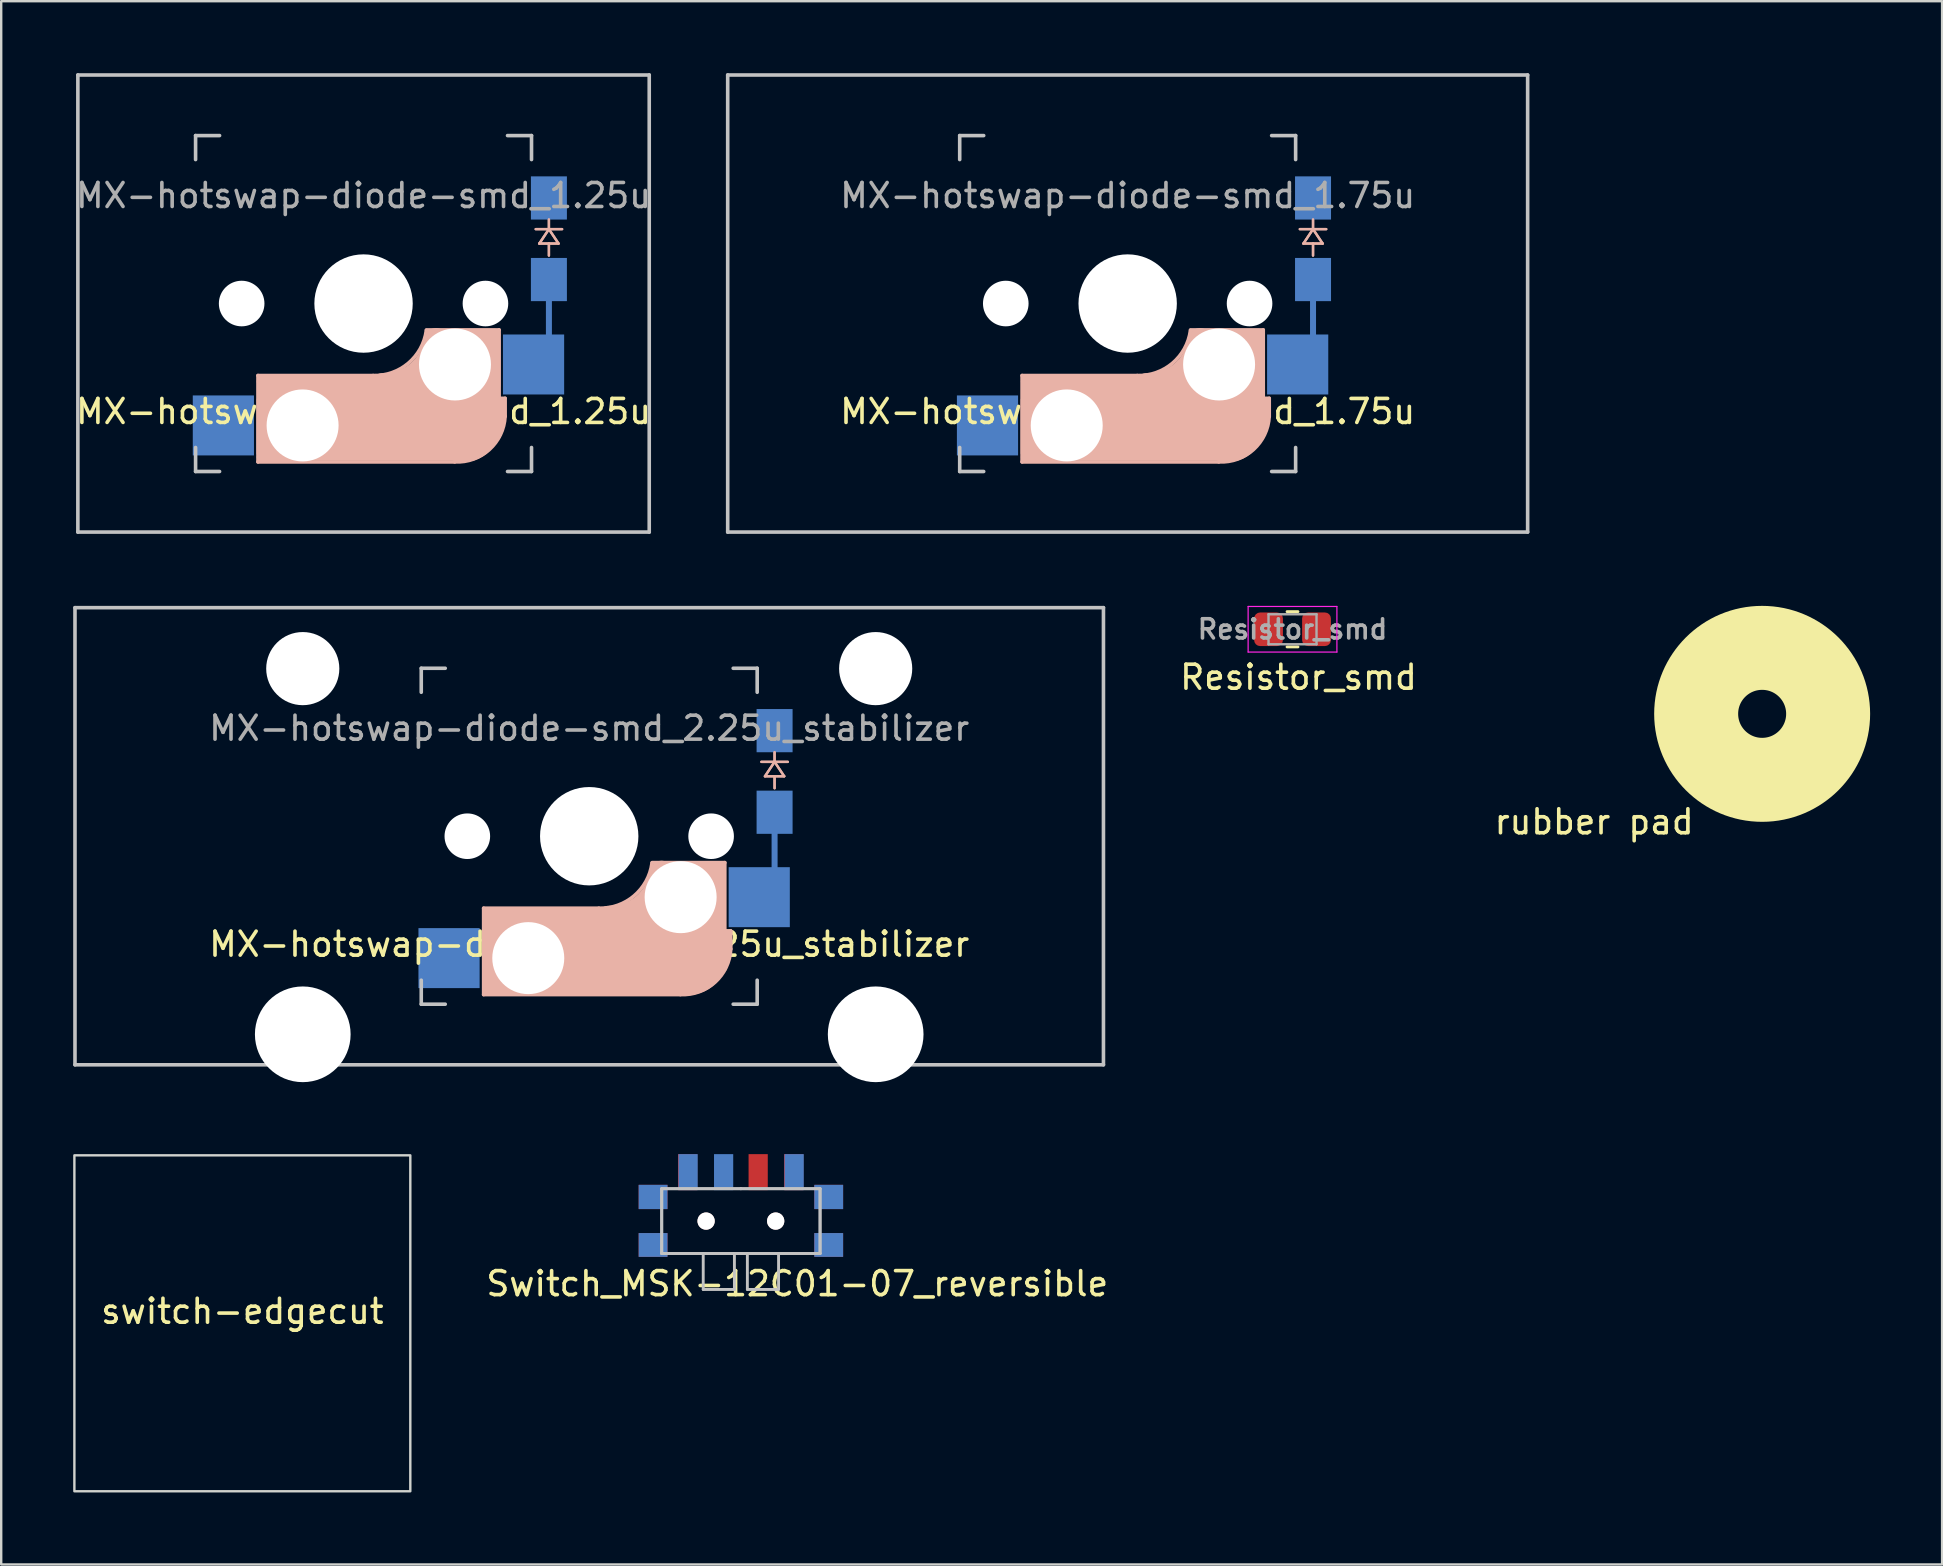
<source format=kicad_pcb>
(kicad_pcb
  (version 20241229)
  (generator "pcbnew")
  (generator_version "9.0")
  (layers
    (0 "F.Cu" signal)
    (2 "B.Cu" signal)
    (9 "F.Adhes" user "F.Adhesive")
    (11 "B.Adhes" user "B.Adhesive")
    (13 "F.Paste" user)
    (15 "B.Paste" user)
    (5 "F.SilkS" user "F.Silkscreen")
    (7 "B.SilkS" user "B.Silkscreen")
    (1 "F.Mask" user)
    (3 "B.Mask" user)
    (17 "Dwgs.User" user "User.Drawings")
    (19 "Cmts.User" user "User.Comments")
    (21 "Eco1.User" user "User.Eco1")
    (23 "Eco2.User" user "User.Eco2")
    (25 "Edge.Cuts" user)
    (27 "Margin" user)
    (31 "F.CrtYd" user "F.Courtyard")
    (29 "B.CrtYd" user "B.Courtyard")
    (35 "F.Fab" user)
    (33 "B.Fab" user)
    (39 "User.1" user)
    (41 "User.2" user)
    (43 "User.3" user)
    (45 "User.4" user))
  (footprint "MX-hotswap-diode-smd_1.75u"
    (layer "F.Cu")
    (at 43.946 9.6)
    (property "Reference" "MX-hotswap-diode-smd_1.75u" (at 0 4.5 0) (unlocked yes) (layer "F.SilkS") (effects (font (size 1 1) (thickness 0.15))))
    (attr smd)
    (fp_line (start -4.4 3) (end -4.4 6.6) (stroke (width 0.15) (type solid)) (layer "B.SilkS"))
    (fp_line (start -4.4 6.6) (end 3.8 6.6) (stroke (width 0.15) (type solid)) (layer "B.SilkS"))
    (fp_line (start -4.38 4) (end -4.38 6.25) (stroke (width 0.15) (type solid)) (layer "B.SilkS"))
    (fp_line (start -4.25 6.4) (end -3 6.4) (stroke (width 0.4) (type solid)) (layer "B.SilkS"))
    (fp_line (start -4.2 3.25) (end -2.9 3.3) (stroke (width 0.5) (type solid)) (layer "B.SilkS"))
    (fp_line (start -3.9 6) (end -3.9 3.5) (stroke (width 1) (type solid)) (layer "B.SilkS"))
    (fp_line (start -2.6 4.8) (end 4.1 4.8) (stroke (width 3.5) (type solid)) (layer "B.SilkS"))
    (fp_line (start 0.4 3) (end -4.4 3) (stroke (width 0.15) (type solid)) (layer "B.SilkS"))
    (fp_line (start 4.17 5.1) (end 4.17 2.86) (stroke (width 3) (type solid)) (layer "B.SilkS"))
    (fp_line (start 5.3 1.6) (end 5.3 3.4) (stroke (width 0.8) (type solid)) (layer "B.SilkS"))
    (fp_line (start 5.45 1.3) (end 3 1.3) (stroke (width 0.5) (type solid)) (layer "B.SilkS"))
    (fp_line (start 5.65 1.1) (end 2.62 1.1) (stroke (width 0.15) (type solid)) (layer "B.SilkS"))
    (fp_line (start 5.65 5.55) (end 5.65 1.1) (stroke (width 0.15) (type solid)) (layer "B.SilkS"))
    (fp_line (start 5.8 4.05) (end 5.8 4.7) (stroke (width 0.3) (type solid)) (layer "B.SilkS"))
    (fp_line (start 5.9 3.95) (end 5.7 3.95) (stroke (width 0.15) (type solid)) (layer "B.SilkS"))
    (fp_line (start 5.9 4.7) (end 5.9 3.95) (stroke (width 0.15) (type solid)) (layer "B.SilkS"))
    (fp_line (start 7.325 -2.5) (end 7.725 -3.1) (stroke (width 0.1) (type solid)) (layer "B.SilkS"))
    (fp_line (start 7.325 -2.5) (end 7.725 -3.1) (stroke (width 0.1) (type solid)) (layer "B.SilkS"))
    (fp_line (start 7.725 -3.5) (end 7.725 -3.1) (stroke (width 0.1) (type solid)) (layer "B.SilkS"))
    (fp_line (start 7.725 -3.5) (end 7.725 -3.1) (stroke (width 0.1) (type solid)) (layer "B.SilkS"))
    (fp_line (start 7.725 -3.1) (end 7.175 -3.1) (stroke (width 0.1) (type solid)) (layer "B.SilkS"))
    (fp_line (start 7.725 -3.1) (end 7.175 -3.1) (stroke (width 0.1) (type solid)) (layer "B.SilkS"))
    (fp_line (start 7.725 -3.1) (end 8.125 -2.5) (stroke (width 0.1) (type solid)) (layer "B.SilkS"))
    (fp_line (start 7.725 -3.1) (end 8.125 -2.5) (stroke (width 0.1) (type solid)) (layer "B.SilkS"))
    (fp_line (start 7.725 -3.1) (end 8.275 -3.1) (stroke (width 0.1) (type solid)) (layer "B.SilkS"))
    (fp_line (start 7.725 -3.1) (end 8.275 -3.1) (stroke (width 0.1) (type solid)) (layer "B.SilkS"))
    (fp_line (start 7.725 -2.5) (end 7.725 -2) (stroke (width 0.1) (type solid)) (layer "B.SilkS"))
    (fp_line (start 7.725 -2.5) (end 7.725 -2) (stroke (width 0.1) (type solid)) (layer "B.SilkS"))
    (fp_line (start 8.125 -2.5) (end 7.325 -2.5) (stroke (width 0.1) (type solid)) (layer "B.SilkS"))
    (fp_line (start 8.125 -2.5) (end 7.325 -2.5) (stroke (width 0.1) (type solid)) (layer "B.SilkS"))
    (fp_arc (start 2.616318 1.121471) (mid 1.868709 2.486118) (end 0.4 3) (stroke (width 0.15) (type solid)) (layer "B.SilkS"))
    (fp_arc (start 3.016318 1.521471) (mid 2.268709 2.886118) (end 0.8 3.4) (stroke (width 1) (type solid)) (layer "B.SilkS"))
    (fp_arc (start 5.9 4.699999) (mid 5.243504 6.084924) (end 3.800001 6.6) (stroke (width 0.15) (type solid)) (layer "B.SilkS"))
    (fp_line (start -16.669 -9.525) (end 16.669 -9.525) (stroke (width 0.15) (type solid)) (layer "Dwgs.User"))
    (fp_line (start -16.669 9.525) (end -16.669 -9.525) (stroke (width 0.15) (type solid)) (layer "Dwgs.User"))
    (fp_line (start -7 -7) (end -7 -6) (stroke (width 0.15) (type solid)) (layer "Dwgs.User"))
    (fp_line (start -7 7) (end -7 6) (stroke (width 0.15) (type solid)) (layer "Dwgs.User"))
    (fp_line (start -7 7) (end -6 7) (stroke (width 0.15) (type solid)) (layer "Dwgs.User"))
    (fp_line (start -6 -7) (end -7 -7) (stroke (width 0.15) (type solid)) (layer "Dwgs.User"))
    (fp_line (start 7 -7) (end 6 -7) (stroke (width 0.15) (type solid)) (layer "Dwgs.User"))
    (fp_line (start 7 -6) (end 7 -7) (stroke (width 0.15) (type solid)) (layer "Dwgs.User"))
    (fp_line (start 7 6) (end 7 7) (stroke (width 0.15) (type solid)) (layer "Dwgs.User"))
    (fp_line (start 7 7) (end 6 7) (stroke (width 0.15) (type solid)) (layer "Dwgs.User"))
    (fp_line (start 16.669 -9.525) (end 16.669 9.525) (stroke (width 0.15) (type solid)) (layer "Dwgs.User"))
    (fp_line (start 16.669 9.525) (end -16.669 9.525) (stroke (width 0.15) (type solid)) (layer "Dwgs.User"))
    (fp_text user "${REFERENCE}" (at 0 -4.5 0) (unlocked yes) (layer "F.Fab") (effects (font (size 1 1) (thickness 0.15))))
    (pad "" np_thru_hole circle (at -5.08 0 180) (size 1.9 1.9) (drill 1.9) (layers "*.Cu" "*.Mask"))
    (pad "" np_thru_hole circle (at -2.54 5.08 180) (size 3 3) (drill 3) (layers "*.Cu" "*.Mask"))
    (pad "" np_thru_hole circle (at 0 0 270) (size 4.1 4.1) (drill 4.1) (layers "*.Cu" "*.Mask"))
    (pad "" np_thru_hole circle (at 3.81 2.54 180) (size 3 3) (drill 3) (layers "*.Cu" "*.Mask"))
    (pad "" np_thru_hole circle (at 5.08 0 180) (size 1.9 1.9) (drill 1.9) (layers "*.Cu" "*.Mask"))
    (pad "1" smd rect (at -5.842 5.08) (size 2.55 2.5) (layers "B.Cu" "B.Mask" "B.Paste"))
    (pad "2" smd rect (at 7.725 -4.4 270) (size 1.8 1.5) (layers "B.Cu" "B.Mask" "B.Paste"))
    (pad "3" smd rect (at 7.085 2.54) (size 2.55 2.5) (layers "B.Cu" "B.Mask" "B.Paste"))
    (pad "3" smd rect (at 7.725 -1 270) (size 1.8 1.5) (layers "B.Cu" "B.Mask" "B.Paste"))
    (pad "3" smd rect (at 7.725 0.6 180) (size 0.25 1.8) (layers "B.Cu")))
  (footprint "Resistor_smd"
    (layer "F.Cu")
    (at 50.816 23.175)
    (property "Reference" "Resistor_smd" (at 0.25 2 0) (unlocked yes) (layer "F.SilkS") (effects (font (size 1 1) (thickness 0.15))))
    (attr smd)
    (fp_line (start -0.227 -0.735) (end 0.227 -0.735) (stroke (width 0.12) (type solid)) (layer "F.SilkS"))
    (fp_line (start -0.227 0.735) (end 0.227 0.735) (stroke (width 0.12) (type solid)) (layer "F.SilkS"))
    (fp_line (start -1.85 -0.95) (end 1.85 -0.95) (stroke (width 0.05) (type solid)) (layer "F.CrtYd"))
    (fp_line (start -1.85 0.95) (end -1.85 -0.95) (stroke (width 0.05) (type solid)) (layer "F.CrtYd"))
    (fp_line (start 1.85 -0.95) (end 1.85 0.95) (stroke (width 0.05) (type solid)) (layer "F.CrtYd"))
    (fp_line (start 1.85 0.95) (end -1.85 0.95) (stroke (width 0.05) (type solid)) (layer "F.CrtYd"))
    (fp_line (start -1 -0.625) (end 1 -0.625) (stroke (width 0.1) (type solid)) (layer "F.Fab"))
    (fp_line (start -1 0.625) (end -1 -0.625) (stroke (width 0.1) (type solid)) (layer "F.Fab"))
    (fp_line (start 1 -0.625) (end 1 0.625) (stroke (width 0.1) (type solid)) (layer "F.Fab"))
    (fp_line (start 1 0.625) (end -1 0.625) (stroke (width 0.1) (type solid)) (layer "F.Fab"))
    (fp_text user "${REFERENCE}" (at 0 0 0) (unlocked yes) (layer "F.Fab") (effects (font (size 0.8 0.8) (thickness 0.15))))
    (pad "1" smd roundrect (at -1 0) (size 1.2 1.4) (layers "F.Cu" "F.Mask" "F.Paste") (roundrect_rratio 0.208))
    (pad "2" smd roundrect (at 1 0) (size 1.2 1.4) (layers "F.Cu" "F.Mask" "F.Paste") (roundrect_rratio 0.208)))
  (footprint "MX-hotswap-diode-smd_2.25u_stabilizer"
    (layer "F.Cu")
    (at 21.506 31.8)
    (property "Reference" "MX-hotswap-diode-smd_2.25u_stabilizer" (at 0 4.5 0) (unlocked yes) (layer "F.SilkS") (effects (font (size 1 1) (thickness 0.15))))
    (attr smd)
    (fp_line (start -4.4 3) (end -4.4 6.6) (stroke (width 0.15) (type solid)) (layer "B.SilkS"))
    (fp_line (start -4.4 6.6) (end 3.8 6.6) (stroke (width 0.15) (type solid)) (layer "B.SilkS"))
    (fp_line (start -4.38 4) (end -4.38 6.25) (stroke (width 0.15) (type solid)) (layer "B.SilkS"))
    (fp_line (start -4.25 6.4) (end -3 6.4) (stroke (width 0.4) (type solid)) (layer "B.SilkS"))
    (fp_line (start -4.2 3.25) (end -2.9 3.3) (stroke (width 0.5) (type solid)) (layer "B.SilkS"))
    (fp_line (start -3.9 6) (end -3.9 3.5) (stroke (width 1) (type solid)) (layer "B.SilkS"))
    (fp_line (start -2.6 4.8) (end 4.1 4.8) (stroke (width 3.5) (type solid)) (layer "B.SilkS"))
    (fp_line (start 0.4 3) (end -4.4 3) (stroke (width 0.15) (type solid)) (layer "B.SilkS"))
    (fp_line (start 4.17 5.1) (end 4.17 2.86) (stroke (width 3) (type solid)) (layer "B.SilkS"))
    (fp_line (start 5.3 1.6) (end 5.3 3.4) (stroke (width 0.8) (type solid)) (layer "B.SilkS"))
    (fp_line (start 5.45 1.3) (end 3 1.3) (stroke (width 0.5) (type solid)) (layer "B.SilkS"))
    (fp_line (start 5.65 1.1) (end 2.62 1.1) (stroke (width 0.15) (type solid)) (layer "B.SilkS"))
    (fp_line (start 5.65 5.55) (end 5.65 1.1) (stroke (width 0.15) (type solid)) (layer "B.SilkS"))
    (fp_line (start 5.8 4.05) (end 5.8 4.7) (stroke (width 0.3) (type solid)) (layer "B.SilkS"))
    (fp_line (start 5.9 3.95) (end 5.7 3.95) (stroke (width 0.15) (type solid)) (layer "B.SilkS"))
    (fp_line (start 5.9 4.7) (end 5.9 3.95) (stroke (width 0.15) (type solid)) (layer "B.SilkS"))
    (fp_line (start 7.325 -2.5) (end 7.725 -3.1) (stroke (width 0.1) (type solid)) (layer "B.SilkS"))
    (fp_line (start 7.325 -2.5) (end 7.725 -3.1) (stroke (width 0.1) (type solid)) (layer "B.SilkS"))
    (fp_line (start 7.725 -3.5) (end 7.725 -3.1) (stroke (width 0.1) (type solid)) (layer "B.SilkS"))
    (fp_line (start 7.725 -3.5) (end 7.725 -3.1) (stroke (width 0.1) (type solid)) (layer "B.SilkS"))
    (fp_line (start 7.725 -3.1) (end 7.175 -3.1) (stroke (width 0.1) (type solid)) (layer "B.SilkS"))
    (fp_line (start 7.725 -3.1) (end 7.175 -3.1) (stroke (width 0.1) (type solid)) (layer "B.SilkS"))
    (fp_line (start 7.725 -3.1) (end 8.125 -2.5) (stroke (width 0.1) (type solid)) (layer "B.SilkS"))
    (fp_line (start 7.725 -3.1) (end 8.125 -2.5) (stroke (width 0.1) (type solid)) (layer "B.SilkS"))
    (fp_line (start 7.725 -3.1) (end 8.275 -3.1) (stroke (width 0.1) (type solid)) (layer "B.SilkS"))
    (fp_line (start 7.725 -3.1) (end 8.275 -3.1) (stroke (width 0.1) (type solid)) (layer "B.SilkS"))
    (fp_line (start 7.725 -2.5) (end 7.725 -2) (stroke (width 0.1) (type solid)) (layer "B.SilkS"))
    (fp_line (start 7.725 -2.5) (end 7.725 -2) (stroke (width 0.1) (type solid)) (layer "B.SilkS"))
    (fp_line (start 8.125 -2.5) (end 7.325 -2.5) (stroke (width 0.1) (type solid)) (layer "B.SilkS"))
    (fp_line (start 8.125 -2.5) (end 7.325 -2.5) (stroke (width 0.1) (type solid)) (layer "B.SilkS"))
    (fp_arc (start 2.616318 1.121471) (mid 1.868709 2.486118) (end 0.4 3) (stroke (width 0.15) (type solid)) (layer "B.SilkS"))
    (fp_arc (start 3.016318 1.521471) (mid 2.268709 2.886118) (end 0.8 3.4) (stroke (width 1) (type solid)) (layer "B.SilkS"))
    (fp_arc (start 5.9 4.699999) (mid 5.243504 6.084924) (end 3.800001 6.6) (stroke (width 0.15) (type solid)) (layer "B.SilkS"))
    (fp_line (start -21.431 -9.525) (end 21.431 -9.525) (stroke (width 0.15) (type solid)) (layer "Dwgs.User"))
    (fp_line (start -21.431 9.525) (end -21.431 -9.525) (stroke (width 0.15) (type solid)) (layer "Dwgs.User"))
    (fp_line (start -7 -7) (end -7 -6) (stroke (width 0.15) (type solid)) (layer "Dwgs.User"))
    (fp_line (start -7 7) (end -7 6) (stroke (width 0.15) (type solid)) (layer "Dwgs.User"))
    (fp_line (start -7 7) (end -6 7) (stroke (width 0.15) (type solid)) (layer "Dwgs.User"))
    (fp_line (start -6 -7) (end -7 -7) (stroke (width 0.15) (type solid)) (layer "Dwgs.User"))
    (fp_line (start 7 -7) (end 6 -7) (stroke (width 0.15) (type solid)) (layer "Dwgs.User"))
    (fp_line (start 7 -6) (end 7 -7) (stroke (width 0.15) (type solid)) (layer "Dwgs.User"))
    (fp_line (start 7 6) (end 7 7) (stroke (width 0.15) (type solid)) (layer "Dwgs.User"))
    (fp_line (start 7 7) (end 6 7) (stroke (width 0.15) (type solid)) (layer "Dwgs.User"))
    (fp_line (start 21.431 -9.525) (end 21.431 9.525) (stroke (width 0.15) (type solid)) (layer "Dwgs.User"))
    (fp_line (start 21.431 9.525) (end -21.431 9.525) (stroke (width 0.15) (type solid)) (layer "Dwgs.User"))
    (fp_text user "${REFERENCE}" (at 0 -4.5 0) (unlocked yes) (layer "F.Fab") (effects (font (size 1 1) (thickness 0.15))))
    (pad "" np_thru_hole circle (at -11.938 -6.985 180) (size 3.048 3.048) (drill 3.048) (layers "*.Cu" "*.Mask"))
    (pad "" np_thru_hole circle (at -11.938 8.255 180) (size 3.988 3.988) (drill 3.988) (layers "*.Cu" "*.Mask"))
    (pad "" np_thru_hole circle (at -5.08 0 180) (size 1.9 1.9) (drill 1.9) (layers "*.Cu" "*.Mask"))
    (pad "" np_thru_hole circle (at -2.54 5.08 180) (size 3 3) (drill 3) (layers "*.Cu" "*.Mask"))
    (pad "" np_thru_hole circle (at 0 0 270) (size 4.1 4.1) (drill 4.1) (layers "*.Cu" "*.Mask"))
    (pad "" np_thru_hole circle (at 3.81 2.54 180) (size 3 3) (drill 3) (layers "*.Cu" "*.Mask"))
    (pad "" np_thru_hole circle (at 5.08 0 180) (size 1.9 1.9) (drill 1.9) (layers "*.Cu" "*.Mask"))
    (pad "" np_thru_hole circle (at 11.938 -6.985 180) (size 3.048 3.048) (drill 3.048) (layers "*.Cu" "*.Mask"))
    (pad "" np_thru_hole circle (at 11.938 8.255 180) (size 3.988 3.988) (drill 3.988) (layers "*.Cu" "*.Mask"))
    (pad "1" smd rect (at -5.842 5.08) (size 2.55 2.5) (layers "B.Cu" "B.Mask" "B.Paste"))
    (pad "2" smd rect (at 7.725 -4.4 270) (size 1.8 1.5) (layers "B.Cu" "B.Mask" "B.Paste"))
    (pad "3" smd rect (at 7.085 2.54) (size 2.55 2.5) (layers "B.Cu" "B.Mask" "B.Paste"))
    (pad "3" smd rect (at 7.725 -1 270) (size 1.8 1.5) (layers "B.Cu" "B.Mask" "B.Paste"))
    (pad "3" smd rect (at 7.725 0.6 180) (size 0.25 1.8) (layers "B.Cu")))
  (footprint "Switch_MSK-12C01-07_reversible"
    (layer "F.Cu")
    (at 27.827 47.839)
    (property "Reference" "Switch_MSK-12C01-07_reversible" (at 2.35 2.61 0) (layer "F.SilkS") (effects (font (size 1 1) (thickness 0.15))))
    (attr through_hole)
    (fp_line (start -3.3 -1.35) (end -3.3 1.35) (stroke (width 0.12) (type solid)) (layer "Dwgs.User"))
    (fp_line (start -3.3 -1.35) (end -3.3 1.35) (stroke (width 0.12) (type solid)) (layer "Dwgs.User"))
    (fp_line (start -3.3 -1.35) (end 0 -1.35) (stroke (width 0.12) (type solid)) (layer "Dwgs.User"))
    (fp_line (start -3.3 1.35) (end 0 1.35) (stroke (width 0.12) (type solid)) (layer "Dwgs.User"))
    (fp_line (start -1.57 1.35) (end -1.57 2.85) (stroke (width 0.12) (type solid)) (layer "Dwgs.User"))
    (fp_line (start -1.57 2.85) (end -0.27 2.85) (stroke (width 0.12) (type solid)) (layer "Dwgs.User"))
    (fp_line (start -0.27 1.35) (end -0.27 2.85) (stroke (width 0.12) (type solid)) (layer "Dwgs.User"))
    (fp_line (start 0 -1.35) (end -3.3 -1.35) (stroke (width 0.12) (type solid)) (layer "Dwgs.User"))
    (fp_line (start 0 -1.35) (end 3.3 -1.35) (stroke (width 0.12) (type solid)) (layer "Dwgs.User"))
    (fp_line (start 0 1.35) (end -3.3 1.35) (stroke (width 0.12) (type solid)) (layer "Dwgs.User"))
    (fp_line (start 0 1.35) (end 3.3 1.35) (stroke (width 0.12) (type solid)) (layer "Dwgs.User"))
    (fp_line (start 0.27 1.35) (end 0.27 2.85) (stroke (width 0.12) (type solid)) (layer "Dwgs.User"))
    (fp_line (start 1.57 1.35) (end 1.57 2.85) (stroke (width 0.12) (type solid)) (layer "Dwgs.User"))
    (fp_line (start 1.57 2.85) (end 0.27 2.85) (stroke (width 0.12) (type solid)) (layer "Dwgs.User"))
    (fp_line (start 3.3 -1.35) (end 0 -1.35) (stroke (width 0.12) (type solid)) (layer "Dwgs.User"))
    (fp_line (start 3.3 -1.35) (end 3.3 1.35) (stroke (width 0.12) (type solid)) (layer "Dwgs.User"))
    (fp_line (start 3.3 -1.35) (end 3.3 1.35) (stroke (width 0.12) (type solid)) (layer "Dwgs.User"))
    (fp_line (start 3.3 1.35) (end 0 1.35) (stroke (width 0.12) (type solid)) (layer "Dwgs.User"))
    (pad "" smd rect (at -3.66 -1.005) (size 1.2 1.01) (layers "F.Cu" "F.Mask" "F.Paste"))
    (pad "" smd rect (at -3.66 -1.005) (size 1.2 1.01) (layers "B.Cu" "B.Mask" "B.Paste"))
    (pad "" smd rect (at -3.66 0.995) (size 1.2 0.99) (layers "F.Cu" "F.Mask" "F.Paste"))
    (pad "" smd rect (at -3.66 0.995) (size 1.2 0.99) (layers "B.Cu" "B.Mask" "B.Paste"))
    (pad "" smd rect (at -2.22 -2.04) (size 0.8 1.5) (layers "F.Cu" "F.Mask" "F.Paste"))
    (pad "" np_thru_hole circle (at -1.45 0) (size 0.72 0.72) (drill 0.72) (layers "*.Cu" "*.Mask" "B.SilkS"))
    (pad "" np_thru_hole circle (at 1.45 0) (size 0.72 0.72) (drill 0.72) (layers "*.Cu" "*.Mask" "B.SilkS"))
    (pad "" smd rect (at 2.22 -2.04) (size 0.8 1.5) (layers "B.Cu" "B.Mask" "B.Paste"))
    (pad "" smd rect (at 3.66 -1.005) (size 1.2 1.01) (layers "F.Cu" "F.Mask" "F.Paste"))
    (pad "" smd rect (at 3.66 -1.005) (size 1.2 1.01) (layers "B.Cu" "B.Mask" "B.Paste"))
    (pad "" smd rect (at 3.66 0.995) (size 1.2 0.99) (layers "F.Cu" "F.Mask" "F.Paste"))
    (pad "" smd rect (at 3.66 0.995) (size 1.2 0.99) (layers "B.Cu" "B.Mask" "B.Paste"))
    (pad "2" smd rect (at -0.72 -2.04) (size 0.8 1.5) (layers "B.Cu" "B.Mask" "B.Paste"))
    (pad "2" smd rect (at 0.72 -2.04) (size 0.8 1.5) (layers "F.Cu" "F.Mask" "F.Paste"))
    (pad "3" smd rect (at -2.2 -2.04) (size 0.8 1.5) (layers "B.Cu" "B.Mask" "B.Paste"))
    (pad "3" smd rect (at 2.2 -2.04) (size 0.8 1.5) (layers "F.Cu" "F.Mask" "F.Paste")))
  (footprint "rubber pad"
    (layer "F.Cu")
    (at 70.388 26.7)
    (property "Reference" "rubber pad" (at -7 4.5 0) (unlocked yes) (layer "F.SilkS") (effects (font (size 1 1) (thickness 0.15))))
    (attr smd)
    (fp_circle (center 0 0) (end 2.75 0) (stroke (width 3.5) (type solid)) (fill no) (layer "F.SilkS")))
  (footprint "MX-hotswap-diode-smd_1.25u"
    (layer "F.Cu")
    (at 12.101 9.6)
    (property "Reference" "MX-hotswap-diode-smd_1.25u" (at 0 4.5 0) (unlocked yes) (layer "F.SilkS") (effects (font (size 1 1) (thickness 0.15))))
    (attr smd)
    (fp_line (start -4.4 3) (end -4.4 6.6) (stroke (width 0.15) (type solid)) (layer "B.SilkS"))
    (fp_line (start -4.4 6.6) (end 3.8 6.6) (stroke (width 0.15) (type solid)) (layer "B.SilkS"))
    (fp_line (start -4.38 4) (end -4.38 6.25) (stroke (width 0.15) (type solid)) (layer "B.SilkS"))
    (fp_line (start -4.25 6.4) (end -3 6.4) (stroke (width 0.4) (type solid)) (layer "B.SilkS"))
    (fp_line (start -4.2 3.25) (end -2.9 3.3) (stroke (width 0.5) (type solid)) (layer "B.SilkS"))
    (fp_line (start -3.9 6) (end -3.9 3.5) (stroke (width 1) (type solid)) (layer "B.SilkS"))
    (fp_line (start -2.6 4.8) (end 4.1 4.8) (stroke (width 3.5) (type solid)) (layer "B.SilkS"))
    (fp_line (start 0.4 3) (end -4.4 3) (stroke (width 0.15) (type solid)) (layer "B.SilkS"))
    (fp_line (start 4.17 5.1) (end 4.17 2.86) (stroke (width 3) (type solid)) (layer "B.SilkS"))
    (fp_line (start 5.3 1.6) (end 5.3 3.4) (stroke (width 0.8) (type solid)) (layer "B.SilkS"))
    (fp_line (start 5.45 1.3) (end 3 1.3) (stroke (width 0.5) (type solid)) (layer "B.SilkS"))
    (fp_line (start 5.65 1.1) (end 2.62 1.1) (stroke (width 0.15) (type solid)) (layer "B.SilkS"))
    (fp_line (start 5.65 5.55) (end 5.65 1.1) (stroke (width 0.15) (type solid)) (layer "B.SilkS"))
    (fp_line (start 5.8 4.05) (end 5.8 4.7) (stroke (width 0.3) (type solid)) (layer "B.SilkS"))
    (fp_line (start 5.9 3.95) (end 5.7 3.95) (stroke (width 0.15) (type solid)) (layer "B.SilkS"))
    (fp_line (start 5.9 4.7) (end 5.9 3.95) (stroke (width 0.15) (type solid)) (layer "B.SilkS"))
    (fp_line (start 7.325 -2.5) (end 7.725 -3.1) (stroke (width 0.1) (type solid)) (layer "B.SilkS"))
    (fp_line (start 7.325 -2.5) (end 7.725 -3.1) (stroke (width 0.1) (type solid)) (layer "B.SilkS"))
    (fp_line (start 7.725 -3.5) (end 7.725 -3.1) (stroke (width 0.1) (type solid)) (layer "B.SilkS"))
    (fp_line (start 7.725 -3.5) (end 7.725 -3.1) (stroke (width 0.1) (type solid)) (layer "B.SilkS"))
    (fp_line (start 7.725 -3.1) (end 7.175 -3.1) (stroke (width 0.1) (type solid)) (layer "B.SilkS"))
    (fp_line (start 7.725 -3.1) (end 7.175 -3.1) (stroke (width 0.1) (type solid)) (layer "B.SilkS"))
    (fp_line (start 7.725 -3.1) (end 8.125 -2.5) (stroke (width 0.1) (type solid)) (layer "B.SilkS"))
    (fp_line (start 7.725 -3.1) (end 8.125 -2.5) (stroke (width 0.1) (type solid)) (layer "B.SilkS"))
    (fp_line (start 7.725 -3.1) (end 8.275 -3.1) (stroke (width 0.1) (type solid)) (layer "B.SilkS"))
    (fp_line (start 7.725 -3.1) (end 8.275 -3.1) (stroke (width 0.1) (type solid)) (layer "B.SilkS"))
    (fp_line (start 7.725 -2.5) (end 7.725 -2) (stroke (width 0.1) (type solid)) (layer "B.SilkS"))
    (fp_line (start 7.725 -2.5) (end 7.725 -2) (stroke (width 0.1) (type solid)) (layer "B.SilkS"))
    (fp_line (start 8.125 -2.5) (end 7.325 -2.5) (stroke (width 0.1) (type solid)) (layer "B.SilkS"))
    (fp_line (start 8.125 -2.5) (end 7.325 -2.5) (stroke (width 0.1) (type solid)) (layer "B.SilkS"))
    (fp_arc (start 2.616318 1.121471) (mid 1.868709 2.486118) (end 0.4 3) (stroke (width 0.15) (type solid)) (layer "B.SilkS"))
    (fp_arc (start 3.016318 1.521471) (mid 2.268709 2.886118) (end 0.8 3.4) (stroke (width 1) (type solid)) (layer "B.SilkS"))
    (fp_arc (start 5.9 4.699999) (mid 5.243504 6.084924) (end 3.800001 6.6) (stroke (width 0.15) (type solid)) (layer "B.SilkS"))
    (fp_line (start -11.906 -9.525) (end 11.906 -9.525) (stroke (width 0.15) (type solid)) (layer "Dwgs.User"))
    (fp_line (start -11.906 9.525) (end -11.906 -9.525) (stroke (width 0.15) (type solid)) (layer "Dwgs.User"))
    (fp_line (start -7 -7) (end -7 -6) (stroke (width 0.15) (type solid)) (layer "Dwgs.User"))
    (fp_line (start -7 7) (end -7 6) (stroke (width 0.15) (type solid)) (layer "Dwgs.User"))
    (fp_line (start -7 7) (end -6 7) (stroke (width 0.15) (type solid)) (layer "Dwgs.User"))
    (fp_line (start -6 -7) (end -7 -7) (stroke (width 0.15) (type solid)) (layer "Dwgs.User"))
    (fp_line (start 7 -7) (end 6 -7) (stroke (width 0.15) (type solid)) (layer "Dwgs.User"))
    (fp_line (start 7 -6) (end 7 -7) (stroke (width 0.15) (type solid)) (layer "Dwgs.User"))
    (fp_line (start 7 6) (end 7 7) (stroke (width 0.15) (type solid)) (layer "Dwgs.User"))
    (fp_line (start 7 7) (end 6 7) (stroke (width 0.15) (type solid)) (layer "Dwgs.User"))
    (fp_line (start 11.906 -9.525) (end 11.906 9.525) (stroke (width 0.15) (type solid)) (layer "Dwgs.User"))
    (fp_line (start 11.906 9.525) (end -11.906 9.525) (stroke (width 0.15) (type solid)) (layer "Dwgs.User"))
    (fp_text user "${REFERENCE}" (at 0 -4.5 0) (unlocked yes) (layer "F.Fab") (effects (font (size 1 1) (thickness 0.15))))
    (pad "" np_thru_hole circle (at -5.08 0 180) (size 1.9 1.9) (drill 1.9) (layers "*.Cu" "*.Mask"))
    (pad "" np_thru_hole circle (at -2.54 5.08 180) (size 3 3) (drill 3) (layers "*.Cu" "*.Mask"))
    (pad "" np_thru_hole circle (at 0 0 270) (size 4.1 4.1) (drill 4.1) (layers "*.Cu" "*.Mask"))
    (pad "" np_thru_hole circle (at 3.81 2.54 180) (size 3 3) (drill 3) (layers "*.Cu" "*.Mask"))
    (pad "" np_thru_hole circle (at 5.08 0 180) (size 1.9 1.9) (drill 1.9) (layers "*.Cu" "*.Mask"))
    (pad "1" smd rect (at -5.842 5.08) (size 2.55 2.5) (layers "B.Cu" "B.Mask" "B.Paste"))
    (pad "2" smd rect (at 7.725 -4.4 270) (size 1.8 1.5) (layers "B.Cu" "B.Mask" "B.Paste"))
    (pad "3" smd rect (at 7.085 2.54) (size 2.55 2.5) (layers "B.Cu" "B.Mask" "B.Paste"))
    (pad "3" smd rect (at 7.725 -1 270) (size 1.8 1.5) (layers "B.Cu" "B.Mask" "B.Paste"))
    (pad "3" smd rect (at 7.725 0.6 180) (size 0.25 1.8) (layers "B.Cu")))
  (footprint "switch-edgecut"
    (layer "F.Cu")
    (at 7.05 52.099)
    (property "Reference" "switch-edgecut" (at 0 -0.5 0) (unlocked yes) (layer "F.SilkS") (effects (font (size 1 1) (thickness 0.15))))
    (attr smd)
    (fp_rect (start -7 -7) (end 7 7) (stroke (width 0.1) (type solid)) (fill no) (layer "Edge.Cuts")))
  (gr_rect
    (start -3 -3)
    (end 77.888 62.149)
    (stroke (width 0.1) (type default))
    (fill no)
    (layer "Edge.Cuts")))
</source>
